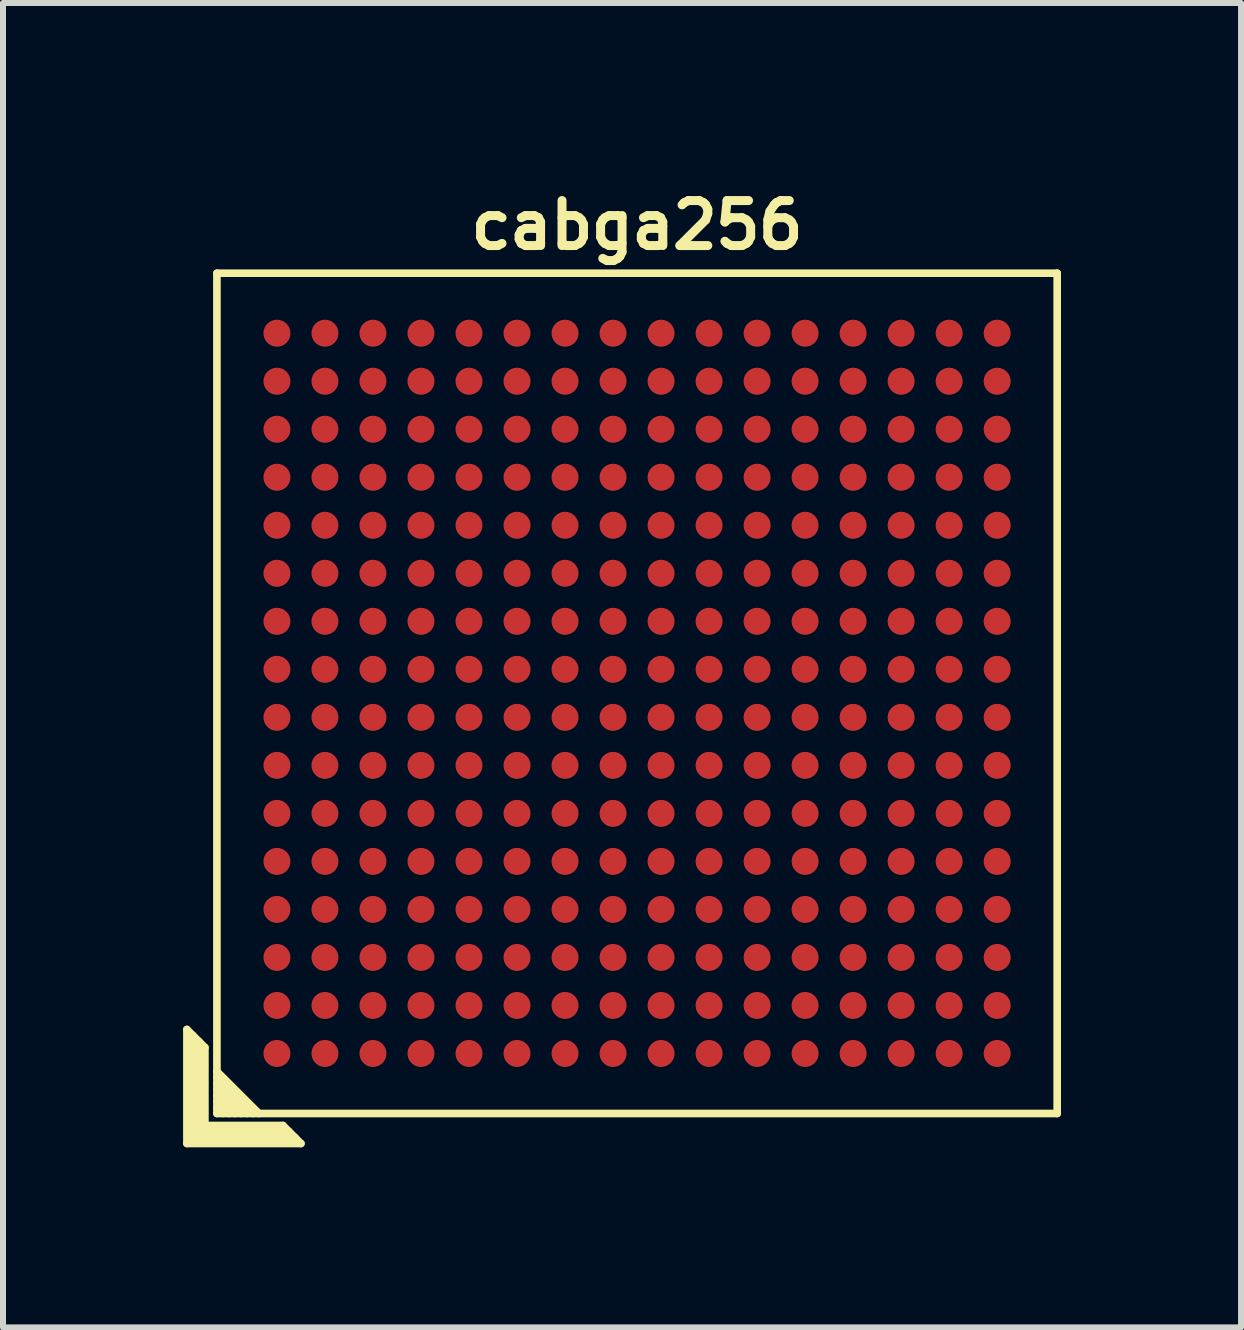
<source format=kicad_pcb>
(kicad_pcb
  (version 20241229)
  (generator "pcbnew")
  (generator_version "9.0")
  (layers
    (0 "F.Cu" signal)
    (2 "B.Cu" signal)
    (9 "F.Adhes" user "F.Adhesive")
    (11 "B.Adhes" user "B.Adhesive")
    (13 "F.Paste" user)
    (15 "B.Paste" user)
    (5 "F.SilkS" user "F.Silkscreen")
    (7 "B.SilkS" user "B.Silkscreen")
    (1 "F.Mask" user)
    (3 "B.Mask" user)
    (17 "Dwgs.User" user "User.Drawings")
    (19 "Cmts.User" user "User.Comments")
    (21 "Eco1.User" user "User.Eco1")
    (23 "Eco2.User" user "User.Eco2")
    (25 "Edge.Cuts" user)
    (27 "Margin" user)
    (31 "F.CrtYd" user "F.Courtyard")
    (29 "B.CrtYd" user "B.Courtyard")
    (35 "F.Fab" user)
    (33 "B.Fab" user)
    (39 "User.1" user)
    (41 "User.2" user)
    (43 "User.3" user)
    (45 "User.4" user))
  (footprint "cabga256"
    (layer "F.Cu")
    (at 7.564 8.502)
    (property "Reference" "cabga256" (at 0 -7.8 0) (layer "F.SilkS") (effects (font (size 0.75 0.75) (thickness 0.15))))
    (attr through_hole)
    (fp_line (start -7.5 5.6) (end -7.2 5.9) (stroke (width 0.127) (type solid)) (layer "F.SilkS"))
    (fp_line (start -7.5 7.5) (end -7.5 5.6) (stroke (width 0.127) (type solid)) (layer "F.SilkS"))
    (fp_line (start -7.4 7.4) (end -7.4 5.7) (stroke (width 0.127) (type solid)) (layer "F.SilkS"))
    (fp_line (start -7.3 5.8) (end -7.3 7.3) (stroke (width 0.127) (type solid)) (layer "F.SilkS"))
    (fp_line (start -7.3 7.3) (end -5.8 7.3) (stroke (width 0.127) (type solid)) (layer "F.SilkS"))
    (fp_line (start -7.2 5.9) (end -7.2 7.2) (stroke (width 0.127) (type solid)) (layer "F.SilkS"))
    (fp_line (start -7.2 7.2) (end -5.9 7.2) (stroke (width 0.127) (type solid)) (layer "F.SilkS"))
    (fp_line (start -7 -7) (end -7 7) (stroke (width 0.127) (type solid)) (layer "F.SilkS"))
    (fp_line (start -7 -7) (end 7 -7) (stroke (width 0.127) (type solid)) (layer "F.SilkS"))
    (fp_line (start -7 6.4) (end -6.4 7) (stroke (width 0.127) (type solid)) (layer "F.SilkS"))
    (fp_line (start -7 6.6) (end -6.6 7) (stroke (width 0.127) (type solid)) (layer "F.SilkS"))
    (fp_line (start -7 6.8) (end -6.8 7) (stroke (width 0.127) (type solid)) (layer "F.SilkS"))
    (fp_line (start -7 6.9) (end -6.9 7) (stroke (width 0.127) (type solid)) (layer "F.SilkS"))
    (fp_line (start -7 7) (end 7 7) (stroke (width 0.127) (type solid)) (layer "F.SilkS"))
    (fp_line (start -6.7 7) (end -7 6.7) (stroke (width 0.127) (type solid)) (layer "F.SilkS"))
    (fp_line (start -6.5 7) (end -7 6.5) (stroke (width 0.127) (type solid)) (layer "F.SilkS"))
    (fp_line (start -6.3 7) (end -7 6.3) (stroke (width 0.127) (type solid)) (layer "F.SilkS"))
    (fp_line (start -5.9 7.2) (end -5.6 7.5) (stroke (width 0.127) (type solid)) (layer "F.SilkS"))
    (fp_line (start -5.7 7.4) (end -7.4 7.4) (stroke (width 0.127) (type solid)) (layer "F.SilkS"))
    (fp_line (start -5.6 7.5) (end -7.5 7.5) (stroke (width 0.127) (type solid)) (layer "F.SilkS"))
    (fp_line (start 7 -7) (end 7 7) (stroke (width 0.127) (type solid)) (layer "F.SilkS"))
    (pad "A1" smd circle (at -6 6) (size 0.45 0.45) (layers "F.Cu" "F.Mask" "F.Paste"))
    (pad "A2" smd circle (at -6 5.2) (size 0.45 0.45) (layers "F.Cu" "F.Mask" "F.Paste"))
    (pad "A3" smd circle (at -6 4.4) (size 0.45 0.45) (layers "F.Cu" "F.Mask" "F.Paste"))
    (pad "A4" smd circle (at -6 3.6) (size 0.45 0.45) (layers "F.Cu" "F.Mask" "F.Paste"))
    (pad "A5" smd circle (at -6 2.8) (size 0.45 0.45) (layers "F.Cu" "F.Mask" "F.Paste"))
    (pad "A6" smd circle (at -6 2) (size 0.45 0.45) (layers "F.Cu" "F.Mask" "F.Paste"))
    (pad "A7" smd circle (at -6 1.2) (size 0.45 0.45) (layers "F.Cu" "F.Mask" "F.Paste"))
    (pad "A8" smd circle (at -6 0.4) (size 0.45 0.45) (layers "F.Cu" "F.Mask" "F.Paste"))
    (pad "A9" smd circle (at -6 -0.4) (size 0.45 0.45) (layers "F.Cu" "F.Mask" "F.Paste"))
    (pad "A10" smd circle (at -6 -1.2) (size 0.45 0.45) (layers "F.Cu" "F.Mask" "F.Paste"))
    (pad "A11" smd circle (at -6 -2) (size 0.45 0.45) (layers "F.Cu" "F.Mask" "F.Paste"))
    (pad "A12" smd circle (at -6 -2.8) (size 0.45 0.45) (layers "F.Cu" "F.Mask" "F.Paste"))
    (pad "A13" smd circle (at -6 -3.6) (size 0.45 0.45) (layers "F.Cu" "F.Mask" "F.Paste"))
    (pad "A14" smd circle (at -6 -4.4) (size 0.45 0.45) (layers "F.Cu" "F.Mask" "F.Paste"))
    (pad "A15" smd circle (at -6 -5.2) (size 0.45 0.45) (layers "F.Cu" "F.Mask" "F.Paste"))
    (pad "A16" smd circle (at -6 -6) (size 0.45 0.45) (layers "F.Cu" "F.Mask" "F.Paste"))
    (pad "B1" smd circle (at -5.2 6) (size 0.45 0.45) (layers "F.Cu" "F.Mask" "F.Paste"))
    (pad "B2" smd circle (at -5.2 5.2) (size 0.45 0.45) (layers "F.Cu" "F.Mask" "F.Paste"))
    (pad "B3" smd circle (at -5.2 4.4) (size 0.45 0.45) (layers "F.Cu" "F.Mask" "F.Paste"))
    (pad "B4" smd circle (at -5.2 3.6) (size 0.45 0.45) (layers "F.Cu" "F.Mask" "F.Paste"))
    (pad "B5" smd circle (at -5.2 2.8) (size 0.45 0.45) (layers "F.Cu" "F.Mask" "F.Paste"))
    (pad "B6" smd circle (at -5.2 2) (size 0.45 0.45) (layers "F.Cu" "F.Mask" "F.Paste"))
    (pad "B7" smd circle (at -5.2 1.2) (size 0.45 0.45) (layers "F.Cu" "F.Mask" "F.Paste"))
    (pad "B8" smd circle (at -5.2 0.4) (size 0.45 0.45) (layers "F.Cu" "F.Mask" "F.Paste"))
    (pad "B9" smd circle (at -5.2 -0.4) (size 0.45 0.45) (layers "F.Cu" "F.Mask" "F.Paste"))
    (pad "B10" smd circle (at -5.2 -1.2) (size 0.45 0.45) (layers "F.Cu" "F.Mask" "F.Paste"))
    (pad "B11" smd circle (at -5.2 -2) (size 0.45 0.45) (layers "F.Cu" "F.Mask" "F.Paste"))
    (pad "B12" smd circle (at -5.2 -2.8) (size 0.45 0.45) (layers "F.Cu" "F.Mask" "F.Paste"))
    (pad "B13" smd circle (at -5.2 -3.6) (size 0.45 0.45) (layers "F.Cu" "F.Mask" "F.Paste"))
    (pad "B14" smd circle (at -5.2 -4.4) (size 0.45 0.45) (layers "F.Cu" "F.Mask" "F.Paste"))
    (pad "B15" smd circle (at -5.2 -5.2) (size 0.45 0.45) (layers "F.Cu" "F.Mask" "F.Paste"))
    (pad "B16" smd circle (at -5.2 -6) (size 0.45 0.45) (layers "F.Cu" "F.Mask" "F.Paste"))
    (pad "C1" smd circle (at -4.4 6) (size 0.45 0.45) (layers "F.Cu" "F.Mask" "F.Paste"))
    (pad "C2" smd circle (at -4.4 5.2) (size 0.45 0.45) (layers "F.Cu" "F.Mask" "F.Paste"))
    (pad "C3" smd circle (at -4.4 4.4) (size 0.45 0.45) (layers "F.Cu" "F.Mask" "F.Paste"))
    (pad "C4" smd circle (at -4.4 3.6) (size 0.45 0.45) (layers "F.Cu" "F.Mask" "F.Paste"))
    (pad "C5" smd circle (at -4.4 2.8) (size 0.45 0.45) (layers "F.Cu" "F.Mask" "F.Paste"))
    (pad "C6" smd circle (at -4.4 2) (size 0.45 0.45) (layers "F.Cu" "F.Mask" "F.Paste"))
    (pad "C7" smd circle (at -4.4 1.2) (size 0.45 0.45) (layers "F.Cu" "F.Mask" "F.Paste"))
    (pad "C8" smd circle (at -4.4 0.4) (size 0.45 0.45) (layers "F.Cu" "F.Mask" "F.Paste"))
    (pad "C9" smd circle (at -4.4 -0.4) (size 0.45 0.45) (layers "F.Cu" "F.Mask" "F.Paste"))
    (pad "C10" smd circle (at -4.4 -1.2) (size 0.45 0.45) (layers "F.Cu" "F.Mask" "F.Paste"))
    (pad "C11" smd circle (at -4.4 -2) (size 0.45 0.45) (layers "F.Cu" "F.Mask" "F.Paste"))
    (pad "C12" smd circle (at -4.4 -2.8) (size 0.45 0.45) (layers "F.Cu" "F.Mask" "F.Paste"))
    (pad "C13" smd circle (at -4.4 -3.6) (size 0.45 0.45) (layers "F.Cu" "F.Mask" "F.Paste"))
    (pad "C14" smd circle (at -4.4 -4.4) (size 0.45 0.45) (layers "F.Cu" "F.Mask" "F.Paste"))
    (pad "C15" smd circle (at -4.4 -5.2) (size 0.45 0.45) (layers "F.Cu" "F.Mask" "F.Paste"))
    (pad "C16" smd circle (at -4.4 -6) (size 0.45 0.45) (layers "F.Cu" "F.Mask" "F.Paste"))
    (pad "D1" smd circle (at -3.6 6) (size 0.45 0.45) (layers "F.Cu" "F.Mask" "F.Paste"))
    (pad "D2" smd circle (at -3.6 5.2) (size 0.45 0.45) (layers "F.Cu" "F.Mask" "F.Paste"))
    (pad "D3" smd circle (at -3.6 4.4) (size 0.45 0.45) (layers "F.Cu" "F.Mask" "F.Paste"))
    (pad "D4" smd circle (at -3.6 3.6) (size 0.45 0.45) (layers "F.Cu" "F.Mask" "F.Paste"))
    (pad "D5" smd circle (at -3.6 2.8) (size 0.45 0.45) (layers "F.Cu" "F.Mask" "F.Paste"))
    (pad "D6" smd circle (at -3.6 2) (size 0.45 0.45) (layers "F.Cu" "F.Mask" "F.Paste"))
    (pad "D7" smd circle (at -3.6 1.2) (size 0.45 0.45) (layers "F.Cu" "F.Mask" "F.Paste"))
    (pad "D8" smd circle (at -3.6 0.4) (size 0.45 0.45) (layers "F.Cu" "F.Mask" "F.Paste"))
    (pad "D9" smd circle (at -3.6 -0.4) (size 0.45 0.45) (layers "F.Cu" "F.Mask" "F.Paste"))
    (pad "D10" smd circle (at -3.6 -1.2) (size 0.45 0.45) (layers "F.Cu" "F.Mask" "F.Paste"))
    (pad "D11" smd circle (at -3.6 -2) (size 0.45 0.45) (layers "F.Cu" "F.Mask" "F.Paste"))
    (pad "D12" smd circle (at -3.6 -2.8) (size 0.45 0.45) (layers "F.Cu" "F.Mask" "F.Paste"))
    (pad "D13" smd circle (at -3.6 -3.6) (size 0.45 0.45) (layers "F.Cu" "F.Mask" "F.Paste"))
    (pad "D14" smd circle (at -3.6 -4.4) (size 0.45 0.45) (layers "F.Cu" "F.Mask" "F.Paste"))
    (pad "D15" smd circle (at -3.6 -5.2) (size 0.45 0.45) (layers "F.Cu" "F.Mask" "F.Paste"))
    (pad "D16" smd circle (at -3.6 -6) (size 0.45 0.45) (layers "F.Cu" "F.Mask" "F.Paste"))
    (pad "E1" smd circle (at -2.8 6) (size 0.45 0.45) (layers "F.Cu" "F.Mask" "F.Paste"))
    (pad "E2" smd circle (at -2.8 5.2) (size 0.45 0.45) (layers "F.Cu" "F.Mask" "F.Paste"))
    (pad "E3" smd circle (at -2.8 4.4) (size 0.45 0.45) (layers "F.Cu" "F.Mask" "F.Paste"))
    (pad "E4" smd circle (at -2.8 3.6) (size 0.45 0.45) (layers "F.Cu" "F.Mask" "F.Paste"))
    (pad "E5" smd circle (at -2.8 2.8) (size 0.45 0.45) (layers "F.Cu" "F.Mask" "F.Paste"))
    (pad "E6" smd circle (at -2.8 2) (size 0.45 0.45) (layers "F.Cu" "F.Mask" "F.Paste"))
    (pad "E7" smd circle (at -2.8 1.2) (size 0.45 0.45) (layers "F.Cu" "F.Mask" "F.Paste"))
    (pad "E8" smd circle (at -2.8 0.4) (size 0.45 0.45) (layers "F.Cu" "F.Mask" "F.Paste"))
    (pad "E9" smd circle (at -2.8 -0.4) (size 0.45 0.45) (layers "F.Cu" "F.Mask" "F.Paste"))
    (pad "E10" smd circle (at -2.8 -1.2) (size 0.45 0.45) (layers "F.Cu" "F.Mask" "F.Paste"))
    (pad "E11" smd circle (at -2.8 -2) (size 0.45 0.45) (layers "F.Cu" "F.Mask" "F.Paste"))
    (pad "E12" smd circle (at -2.8 -2.8) (size 0.45 0.45) (layers "F.Cu" "F.Mask" "F.Paste"))
    (pad "E13" smd circle (at -2.8 -3.6) (size 0.45 0.45) (layers "F.Cu" "F.Mask" "F.Paste"))
    (pad "E14" smd circle (at -2.8 -4.4) (size 0.45 0.45) (layers "F.Cu" "F.Mask" "F.Paste"))
    (pad "E15" smd circle (at -2.8 -5.2) (size 0.45 0.45) (layers "F.Cu" "F.Mask" "F.Paste"))
    (pad "E16" smd circle (at -2.8 -6) (size 0.45 0.45) (layers "F.Cu" "F.Mask" "F.Paste"))
    (pad "F1" smd circle (at -2 6) (size 0.45 0.45) (layers "F.Cu" "F.Mask" "F.Paste"))
    (pad "F2" smd circle (at -2 5.2) (size 0.45 0.45) (layers "F.Cu" "F.Mask" "F.Paste"))
    (pad "F3" smd circle (at -2 4.4) (size 0.45 0.45) (layers "F.Cu" "F.Mask" "F.Paste"))
    (pad "F4" smd circle (at -2 3.6) (size 0.45 0.45) (layers "F.Cu" "F.Mask" "F.Paste"))
    (pad "F5" smd circle (at -2 2.8) (size 0.45 0.45) (layers "F.Cu" "F.Mask" "F.Paste"))
    (pad "F6" smd circle (at -2 2) (size 0.45 0.45) (layers "F.Cu" "F.Mask" "F.Paste"))
    (pad "F7" smd circle (at -2 1.2) (size 0.45 0.45) (layers "F.Cu" "F.Mask" "F.Paste"))
    (pad "F8" smd circle (at -2 0.4) (size 0.45 0.45) (layers "F.Cu" "F.Mask" "F.Paste"))
    (pad "F9" smd circle (at -2 -0.4) (size 0.45 0.45) (layers "F.Cu" "F.Mask" "F.Paste"))
    (pad "F10" smd circle (at -2 -1.2) (size 0.45 0.45) (layers "F.Cu" "F.Mask" "F.Paste"))
    (pad "F11" smd circle (at -2 -2) (size 0.45 0.45) (layers "F.Cu" "F.Mask" "F.Paste"))
    (pad "F12" smd circle (at -2 -2.8) (size 0.45 0.45) (layers "F.Cu" "F.Mask" "F.Paste"))
    (pad "F13" smd circle (at -2 -3.6) (size 0.45 0.45) (layers "F.Cu" "F.Mask" "F.Paste"))
    (pad "F14" smd circle (at -2 -4.4) (size 0.45 0.45) (layers "F.Cu" "F.Mask" "F.Paste"))
    (pad "F15" smd circle (at -2 -5.2) (size 0.45 0.45) (layers "F.Cu" "F.Mask" "F.Paste"))
    (pad "F16" smd circle (at -2 -6) (size 0.45 0.45) (layers "F.Cu" "F.Mask" "F.Paste"))
    (pad "G1" smd circle (at -1.2 6) (size 0.45 0.45) (layers "F.Cu" "F.Mask" "F.Paste"))
    (pad "G2" smd circle (at -1.2 5.2) (size 0.45 0.45) (layers "F.Cu" "F.Mask" "F.Paste"))
    (pad "G3" smd circle (at -1.2 4.4) (size 0.45 0.45) (layers "F.Cu" "F.Mask" "F.Paste"))
    (pad "G4" smd circle (at -1.2 3.6) (size 0.45 0.45) (layers "F.Cu" "F.Mask" "F.Paste"))
    (pad "G5" smd circle (at -1.2 2.8) (size 0.45 0.45) (layers "F.Cu" "F.Mask" "F.Paste"))
    (pad "G6" smd circle (at -1.2 2) (size 0.45 0.45) (layers "F.Cu" "F.Mask" "F.Paste"))
    (pad "G7" smd circle (at -1.2 1.2) (size 0.45 0.45) (layers "F.Cu" "F.Mask" "F.Paste"))
    (pad "G8" smd circle (at -1.2 0.4) (size 0.45 0.45) (layers "F.Cu" "F.Mask" "F.Paste"))
    (pad "G9" smd circle (at -1.2 -0.4) (size 0.45 0.45) (layers "F.Cu" "F.Mask" "F.Paste"))
    (pad "G10" smd circle (at -1.2 -1.2) (size 0.45 0.45) (layers "F.Cu" "F.Mask" "F.Paste"))
    (pad "G11" smd circle (at -1.2 -2) (size 0.45 0.45) (layers "F.Cu" "F.Mask" "F.Paste"))
    (pad "G12" smd circle (at -1.2 -2.8) (size 0.45 0.45) (layers "F.Cu" "F.Mask" "F.Paste"))
    (pad "G13" smd circle (at -1.2 -3.6) (size 0.45 0.45) (layers "F.Cu" "F.Mask" "F.Paste"))
    (pad "G14" smd circle (at -1.2 -4.4) (size 0.45 0.45) (layers "F.Cu" "F.Mask" "F.Paste"))
    (pad "G15" smd circle (at -1.2 -5.2) (size 0.45 0.45) (layers "F.Cu" "F.Mask" "F.Paste"))
    (pad "G16" smd circle (at -1.2 -6) (size 0.45 0.45) (layers "F.Cu" "F.Mask" "F.Paste"))
    (pad "H1" smd circle (at -0.4 6) (size 0.45 0.45) (layers "F.Cu" "F.Mask" "F.Paste"))
    (pad "H2" smd circle (at -0.4 5.2) (size 0.45 0.45) (layers "F.Cu" "F.Mask" "F.Paste"))
    (pad "H3" smd circle (at -0.4 4.4) (size 0.45 0.45) (layers "F.Cu" "F.Mask" "F.Paste"))
    (pad "H4" smd circle (at -0.4 3.6) (size 0.45 0.45) (layers "F.Cu" "F.Mask" "F.Paste"))
    (pad "H5" smd circle (at -0.4 2.8) (size 0.45 0.45) (layers "F.Cu" "F.Mask" "F.Paste"))
    (pad "H6" smd circle (at -0.4 2) (size 0.45 0.45) (layers "F.Cu" "F.Mask" "F.Paste"))
    (pad "H7" smd circle (at -0.4 1.2) (size 0.45 0.45) (layers "F.Cu" "F.Mask" "F.Paste"))
    (pad "H8" smd circle (at -0.4 0.4) (size 0.45 0.45) (layers "F.Cu" "F.Mask" "F.Paste"))
    (pad "H9" smd circle (at -0.4 -0.4) (size 0.45 0.45) (layers "F.Cu" "F.Mask" "F.Paste"))
    (pad "H10" smd circle (at -0.4 -1.2) (size 0.45 0.45) (layers "F.Cu" "F.Mask" "F.Paste"))
    (pad "H11" smd circle (at -0.4 -2) (size 0.45 0.45) (layers "F.Cu" "F.Mask" "F.Paste"))
    (pad "H12" smd circle (at -0.4 -2.8) (size 0.45 0.45) (layers "F.Cu" "F.Mask" "F.Paste"))
    (pad "H13" smd circle (at -0.4 -3.6) (size 0.45 0.45) (layers "F.Cu" "F.Mask" "F.Paste"))
    (pad "H14" smd circle (at -0.4 -4.4) (size 0.45 0.45) (layers "F.Cu" "F.Mask" "F.Paste"))
    (pad "H15" smd circle (at -0.4 -5.2) (size 0.45 0.45) (layers "F.Cu" "F.Mask" "F.Paste"))
    (pad "H16" smd circle (at -0.4 -6) (size 0.45 0.45) (layers "F.Cu" "F.Mask" "F.Paste"))
    (pad "J1" smd circle (at 0.4 6) (size 0.45 0.45) (layers "F.Cu" "F.Mask" "F.Paste"))
    (pad "J2" smd circle (at 0.4 5.2) (size 0.45 0.45) (layers "F.Cu" "F.Mask" "F.Paste"))
    (pad "J3" smd circle (at 0.4 4.4) (size 0.45 0.45) (layers "F.Cu" "F.Mask" "F.Paste"))
    (pad "J4" smd circle (at 0.4 3.6) (size 0.45 0.45) (layers "F.Cu" "F.Mask" "F.Paste"))
    (pad "J5" smd circle (at 0.4 2.8) (size 0.45 0.45) (layers "F.Cu" "F.Mask" "F.Paste"))
    (pad "J6" smd circle (at 0.4 2) (size 0.45 0.45) (layers "F.Cu" "F.Mask" "F.Paste"))
    (pad "J7" smd circle (at 0.4 1.2) (size 0.45 0.45) (layers "F.Cu" "F.Mask" "F.Paste"))
    (pad "J8" smd circle (at 0.4 0.4) (size 0.45 0.45) (layers "F.Cu" "F.Mask" "F.Paste"))
    (pad "J9" smd circle (at 0.4 -0.4) (size 0.45 0.45) (layers "F.Cu" "F.Mask" "F.Paste"))
    (pad "J10" smd circle (at 0.4 -1.2) (size 0.45 0.45) (layers "F.Cu" "F.Mask" "F.Paste"))
    (pad "J11" smd circle (at 0.4 -2) (size 0.45 0.45) (layers "F.Cu" "F.Mask" "F.Paste"))
    (pad "J12" smd circle (at 0.4 -2.8) (size 0.45 0.45) (layers "F.Cu" "F.Mask" "F.Paste"))
    (pad "J13" smd circle (at 0.4 -3.6) (size 0.45 0.45) (layers "F.Cu" "F.Mask" "F.Paste"))
    (pad "J14" smd circle (at 0.4 -4.4) (size 0.45 0.45) (layers "F.Cu" "F.Mask" "F.Paste"))
    (pad "J15" smd circle (at 0.4 -5.2) (size 0.45 0.45) (layers "F.Cu" "F.Mask" "F.Paste"))
    (pad "J16" smd circle (at 0.4 -6) (size 0.45 0.45) (layers "F.Cu" "F.Mask" "F.Paste"))
    (pad "K1" smd circle (at 1.2 6) (size 0.45 0.45) (layers "F.Cu" "F.Mask" "F.Paste"))
    (pad "K2" smd circle (at 1.2 5.2) (size 0.45 0.45) (layers "F.Cu" "F.Mask" "F.Paste"))
    (pad "K3" smd circle (at 1.2 4.4) (size 0.45 0.45) (layers "F.Cu" "F.Mask" "F.Paste"))
    (pad "K4" smd circle (at 1.2 3.6) (size 0.45 0.45) (layers "F.Cu" "F.Mask" "F.Paste"))
    (pad "K5" smd circle (at 1.2 2.8) (size 0.45 0.45) (layers "F.Cu" "F.Mask" "F.Paste"))
    (pad "K6" smd circle (at 1.2 2) (size 0.45 0.45) (layers "F.Cu" "F.Mask" "F.Paste"))
    (pad "K7" smd circle (at 1.2 1.2) (size 0.45 0.45) (layers "F.Cu" "F.Mask" "F.Paste"))
    (pad "K8" smd circle (at 1.2 0.4) (size 0.45 0.45) (layers "F.Cu" "F.Mask" "F.Paste"))
    (pad "K9" smd circle (at 1.2 -0.4) (size 0.45 0.45) (layers "F.Cu" "F.Mask" "F.Paste"))
    (pad "K10" smd circle (at 1.2 -1.2) (size 0.45 0.45) (layers "F.Cu" "F.Mask" "F.Paste"))
    (pad "K11" smd circle (at 1.2 -2) (size 0.45 0.45) (layers "F.Cu" "F.Mask" "F.Paste"))
    (pad "K12" smd circle (at 1.2 -2.8) (size 0.45 0.45) (layers "F.Cu" "F.Mask" "F.Paste"))
    (pad "K13" smd circle (at 1.2 -3.6) (size 0.45 0.45) (layers "F.Cu" "F.Mask" "F.Paste"))
    (pad "K14" smd circle (at 1.2 -4.4) (size 0.45 0.45) (layers "F.Cu" "F.Mask" "F.Paste"))
    (pad "K15" smd circle (at 1.2 -5.2) (size 0.45 0.45) (layers "F.Cu" "F.Mask" "F.Paste"))
    (pad "K16" smd circle (at 1.2 -6) (size 0.45 0.45) (layers "F.Cu" "F.Mask" "F.Paste"))
    (pad "L1" smd circle (at 2 6) (size 0.45 0.45) (layers "F.Cu" "F.Mask" "F.Paste"))
    (pad "L2" smd circle (at 2 5.2) (size 0.45 0.45) (layers "F.Cu" "F.Mask" "F.Paste"))
    (pad "L3" smd circle (at 2 4.4) (size 0.45 0.45) (layers "F.Cu" "F.Mask" "F.Paste"))
    (pad "L4" smd circle (at 2 3.6) (size 0.45 0.45) (layers "F.Cu" "F.Mask" "F.Paste"))
    (pad "L5" smd circle (at 2 2.8) (size 0.45 0.45) (layers "F.Cu" "F.Mask" "F.Paste"))
    (pad "L6" smd circle (at 2 2) (size 0.45 0.45) (layers "F.Cu" "F.Mask" "F.Paste"))
    (pad "L7" smd circle (at 2 1.2) (size 0.45 0.45) (layers "F.Cu" "F.Mask" "F.Paste"))
    (pad "L8" smd circle (at 2 0.4) (size 0.45 0.45) (layers "F.Cu" "F.Mask" "F.Paste"))
    (pad "L9" smd circle (at 2 -0.4) (size 0.45 0.45) (layers "F.Cu" "F.Mask" "F.Paste"))
    (pad "L10" smd circle (at 2 -1.2) (size 0.45 0.45) (layers "F.Cu" "F.Mask" "F.Paste"))
    (pad "L11" smd circle (at 2 -2) (size 0.45 0.45) (layers "F.Cu" "F.Mask" "F.Paste"))
    (pad "L12" smd circle (at 2 -2.8) (size 0.45 0.45) (layers "F.Cu" "F.Mask" "F.Paste"))
    (pad "L13" smd circle (at 2 -3.6) (size 0.45 0.45) (layers "F.Cu" "F.Mask" "F.Paste"))
    (pad "L14" smd circle (at 2 -4.4) (size 0.45 0.45) (layers "F.Cu" "F.Mask" "F.Paste"))
    (pad "L15" smd circle (at 2 -5.2) (size 0.45 0.45) (layers "F.Cu" "F.Mask" "F.Paste"))
    (pad "L16" smd circle (at 2 -6) (size 0.45 0.45) (layers "F.Cu" "F.Mask" "F.Paste"))
    (pad "M1" smd circle (at 2.8 6) (size 0.45 0.45) (layers "F.Cu" "F.Mask" "F.Paste"))
    (pad "M2" smd circle (at 2.8 5.2) (size 0.45 0.45) (layers "F.Cu" "F.Mask" "F.Paste"))
    (pad "M3" smd circle (at 2.8 4.4) (size 0.45 0.45) (layers "F.Cu" "F.Mask" "F.Paste"))
    (pad "M4" smd circle (at 2.8 3.6) (size 0.45 0.45) (layers "F.Cu" "F.Mask" "F.Paste"))
    (pad "M5" smd circle (at 2.8 2.8) (size 0.45 0.45) (layers "F.Cu" "F.Mask" "F.Paste"))
    (pad "M6" smd circle (at 2.8 2) (size 0.45 0.45) (layers "F.Cu" "F.Mask" "F.Paste"))
    (pad "M7" smd circle (at 2.8 1.2) (size 0.45 0.45) (layers "F.Cu" "F.Mask" "F.Paste"))
    (pad "M8" smd circle (at 2.8 0.4) (size 0.45 0.45) (layers "F.Cu" "F.Mask" "F.Paste"))
    (pad "M9" smd circle (at 2.8 -0.4) (size 0.45 0.45) (layers "F.Cu" "F.Mask" "F.Paste"))
    (pad "M10" smd circle (at 2.8 -1.2) (size 0.45 0.45) (layers "F.Cu" "F.Mask" "F.Paste"))
    (pad "M11" smd circle (at 2.8 -2) (size 0.45 0.45) (layers "F.Cu" "F.Mask" "F.Paste"))
    (pad "M12" smd circle (at 2.8 -2.8) (size 0.45 0.45) (layers "F.Cu" "F.Mask" "F.Paste"))
    (pad "M13" smd circle (at 2.8 -3.6) (size 0.45 0.45) (layers "F.Cu" "F.Mask" "F.Paste"))
    (pad "M14" smd circle (at 2.8 -4.4) (size 0.45 0.45) (layers "F.Cu" "F.Mask" "F.Paste"))
    (pad "M15" smd circle (at 2.8 -5.2) (size 0.45 0.45) (layers "F.Cu" "F.Mask" "F.Paste"))
    (pad "M16" smd circle (at 2.8 -6) (size 0.45 0.45) (layers "F.Cu" "F.Mask" "F.Paste"))
    (pad "N1" smd circle (at 3.6 6) (size 0.45 0.45) (layers "F.Cu" "F.Mask" "F.Paste"))
    (pad "N2" smd circle (at 3.6 5.2) (size 0.45 0.45) (layers "F.Cu" "F.Mask" "F.Paste"))
    (pad "N3" smd circle (at 3.6 4.4) (size 0.45 0.45) (layers "F.Cu" "F.Mask" "F.Paste"))
    (pad "N4" smd circle (at 3.6 3.6) (size 0.45 0.45) (layers "F.Cu" "F.Mask" "F.Paste"))
    (pad "N5" smd circle (at 3.6 2.8) (size 0.45 0.45) (layers "F.Cu" "F.Mask" "F.Paste"))
    (pad "N6" smd circle (at 3.6 2) (size 0.45 0.45) (layers "F.Cu" "F.Mask" "F.Paste"))
    (pad "N7" smd circle (at 3.6 1.2) (size 0.45 0.45) (layers "F.Cu" "F.Mask" "F.Paste"))
    (pad "N8" smd circle (at 3.6 0.4) (size 0.45 0.45) (layers "F.Cu" "F.Mask" "F.Paste"))
    (pad "N9" smd circle (at 3.6 -0.4) (size 0.45 0.45) (layers "F.Cu" "F.Mask" "F.Paste"))
    (pad "N10" smd circle (at 3.6 -1.2) (size 0.45 0.45) (layers "F.Cu" "F.Mask" "F.Paste"))
    (pad "N11" smd circle (at 3.6 -2) (size 0.45 0.45) (layers "F.Cu" "F.Mask" "F.Paste"))
    (pad "N12" smd circle (at 3.6 -2.8) (size 0.45 0.45) (layers "F.Cu" "F.Mask" "F.Paste"))
    (pad "N13" smd circle (at 3.6 -3.6) (size 0.45 0.45) (layers "F.Cu" "F.Mask" "F.Paste"))
    (pad "N14" smd circle (at 3.6 -4.4) (size 0.45 0.45) (layers "F.Cu" "F.Mask" "F.Paste"))
    (pad "N15" smd circle (at 3.6 -5.2) (size 0.45 0.45) (layers "F.Cu" "F.Mask" "F.Paste"))
    (pad "N16" smd circle (at 3.6 -6) (size 0.45 0.45) (layers "F.Cu" "F.Mask" "F.Paste"))
    (pad "P1" smd circle (at 4.4 6) (size 0.45 0.45) (layers "F.Cu" "F.Mask" "F.Paste"))
    (pad "P2" smd circle (at 4.4 5.2) (size 0.45 0.45) (layers "F.Cu" "F.Mask" "F.Paste"))
    (pad "P3" smd circle (at 4.4 4.4) (size 0.45 0.45) (layers "F.Cu" "F.Mask" "F.Paste"))
    (pad "P4" smd circle (at 4.4 3.6) (size 0.45 0.45) (layers "F.Cu" "F.Mask" "F.Paste"))
    (pad "P5" smd circle (at 4.4 2.8) (size 0.45 0.45) (layers "F.Cu" "F.Mask" "F.Paste"))
    (pad "P6" smd circle (at 4.4 2) (size 0.45 0.45) (layers "F.Cu" "F.Mask" "F.Paste"))
    (pad "P7" smd circle (at 4.4 1.2) (size 0.45 0.45) (layers "F.Cu" "F.Mask" "F.Paste"))
    (pad "P8" smd circle (at 4.4 0.4) (size 0.45 0.45) (layers "F.Cu" "F.Mask" "F.Paste"))
    (pad "P9" smd circle (at 4.4 -0.4) (size 0.45 0.45) (layers "F.Cu" "F.Mask" "F.Paste"))
    (pad "P10" smd circle (at 4.4 -1.2) (size 0.45 0.45) (layers "F.Cu" "F.Mask" "F.Paste"))
    (pad "P11" smd circle (at 4.4 -2) (size 0.45 0.45) (layers "F.Cu" "F.Mask" "F.Paste"))
    (pad "P12" smd circle (at 4.4 -2.8) (size 0.45 0.45) (layers "F.Cu" "F.Mask" "F.Paste"))
    (pad "P13" smd circle (at 4.4 -3.6) (size 0.45 0.45) (layers "F.Cu" "F.Mask" "F.Paste"))
    (pad "P14" smd circle (at 4.4 -4.4) (size 0.45 0.45) (layers "F.Cu" "F.Mask" "F.Paste"))
    (pad "P15" smd circle (at 4.4 -5.2) (size 0.45 0.45) (layers "F.Cu" "F.Mask" "F.Paste"))
    (pad "P16" smd circle (at 4.4 -6) (size 0.45 0.45) (layers "F.Cu" "F.Mask" "F.Paste"))
    (pad "R1" smd circle (at 5.2 6) (size 0.45 0.45) (layers "F.Cu" "F.Mask" "F.Paste"))
    (pad "R2" smd circle (at 5.2 5.2) (size 0.45 0.45) (layers "F.Cu" "F.Mask" "F.Paste"))
    (pad "R3" smd circle (at 5.2 4.4) (size 0.45 0.45) (layers "F.Cu" "F.Mask" "F.Paste"))
    (pad "R4" smd circle (at 5.2 3.6) (size 0.45 0.45) (layers "F.Cu" "F.Mask" "F.Paste"))
    (pad "R5" smd circle (at 5.2 2.8) (size 0.45 0.45) (layers "F.Cu" "F.Mask" "F.Paste"))
    (pad "R6" smd circle (at 5.2 2) (size 0.45 0.45) (layers "F.Cu" "F.Mask" "F.Paste"))
    (pad "R7" smd circle (at 5.2 1.2) (size 0.45 0.45) (layers "F.Cu" "F.Mask" "F.Paste"))
    (pad "R8" smd circle (at 5.2 0.4) (size 0.45 0.45) (layers "F.Cu" "F.Mask" "F.Paste"))
    (pad "R9" smd circle (at 5.2 -0.4) (size 0.45 0.45) (layers "F.Cu" "F.Mask" "F.Paste"))
    (pad "R10" smd circle (at 5.2 -1.2) (size 0.45 0.45) (layers "F.Cu" "F.Mask" "F.Paste"))
    (pad "R11" smd circle (at 5.2 -2) (size 0.45 0.45) (layers "F.Cu" "F.Mask" "F.Paste"))
    (pad "R12" smd circle (at 5.2 -2.8) (size 0.45 0.45) (layers "F.Cu" "F.Mask" "F.Paste"))
    (pad "R13" smd circle (at 5.2 -3.6) (size 0.45 0.45) (layers "F.Cu" "F.Mask" "F.Paste"))
    (pad "R14" smd circle (at 5.2 -4.4) (size 0.45 0.45) (layers "F.Cu" "F.Mask" "F.Paste"))
    (pad "R15" smd circle (at 5.2 -5.2) (size 0.45 0.45) (layers "F.Cu" "F.Mask" "F.Paste"))
    (pad "R16" smd circle (at 5.2 -6) (size 0.45 0.45) (layers "F.Cu" "F.Mask" "F.Paste"))
    (pad "T1" smd circle (at 6 6) (size 0.45 0.45) (layers "F.Cu" "F.Mask" "F.Paste"))
    (pad "T2" smd circle (at 6 5.2) (size 0.45 0.45) (layers "F.Cu" "F.Mask" "F.Paste"))
    (pad "T3" smd circle (at 6 4.4) (size 0.45 0.45) (layers "F.Cu" "F.Mask" "F.Paste"))
    (pad "T4" smd circle (at 6 3.6) (size 0.45 0.45) (layers "F.Cu" "F.Mask" "F.Paste"))
    (pad "T5" smd circle (at 6 2.8) (size 0.45 0.45) (layers "F.Cu" "F.Mask" "F.Paste"))
    (pad "T6" smd circle (at 6 2) (size 0.45 0.45) (layers "F.Cu" "F.Mask" "F.Paste"))
    (pad "T7" smd circle (at 6 1.2) (size 0.45 0.45) (layers "F.Cu" "F.Mask" "F.Paste"))
    (pad "T8" smd circle (at 6 0.4) (size 0.45 0.45) (layers "F.Cu" "F.Mask" "F.Paste"))
    (pad "T9" smd circle (at 6 -0.4) (size 0.45 0.45) (layers "F.Cu" "F.Mask" "F.Paste"))
    (pad "T10" smd circle (at 6 -1.2) (size 0.45 0.45) (layers "F.Cu" "F.Mask" "F.Paste"))
    (pad "T11" smd circle (at 6 -2) (size 0.45 0.45) (layers "F.Cu" "F.Mask" "F.Paste"))
    (pad "T12" smd circle (at 6 -2.8) (size 0.45 0.45) (layers "F.Cu" "F.Mask" "F.Paste"))
    (pad "T13" smd circle (at 6 -3.6) (size 0.45 0.45) (layers "F.Cu" "F.Mask" "F.Paste"))
    (pad "T14" smd circle (at 6 -4.4) (size 0.45 0.45) (layers "F.Cu" "F.Mask" "F.Paste"))
    (pad "T15" smd circle (at 6 -5.2) (size 0.45 0.45) (layers "F.Cu" "F.Mask" "F.Paste"))
    (pad "T16" smd circle (at 6 -6) (size 0.45 0.45) (layers "F.Cu" "F.Mask" "F.Paste")))
  (gr_rect
    (start -3 -3)
    (end 17.627 19.066)
    (stroke (width 0.1) (type default))
    (fill no)
    (layer "Edge.Cuts")))
</source>
